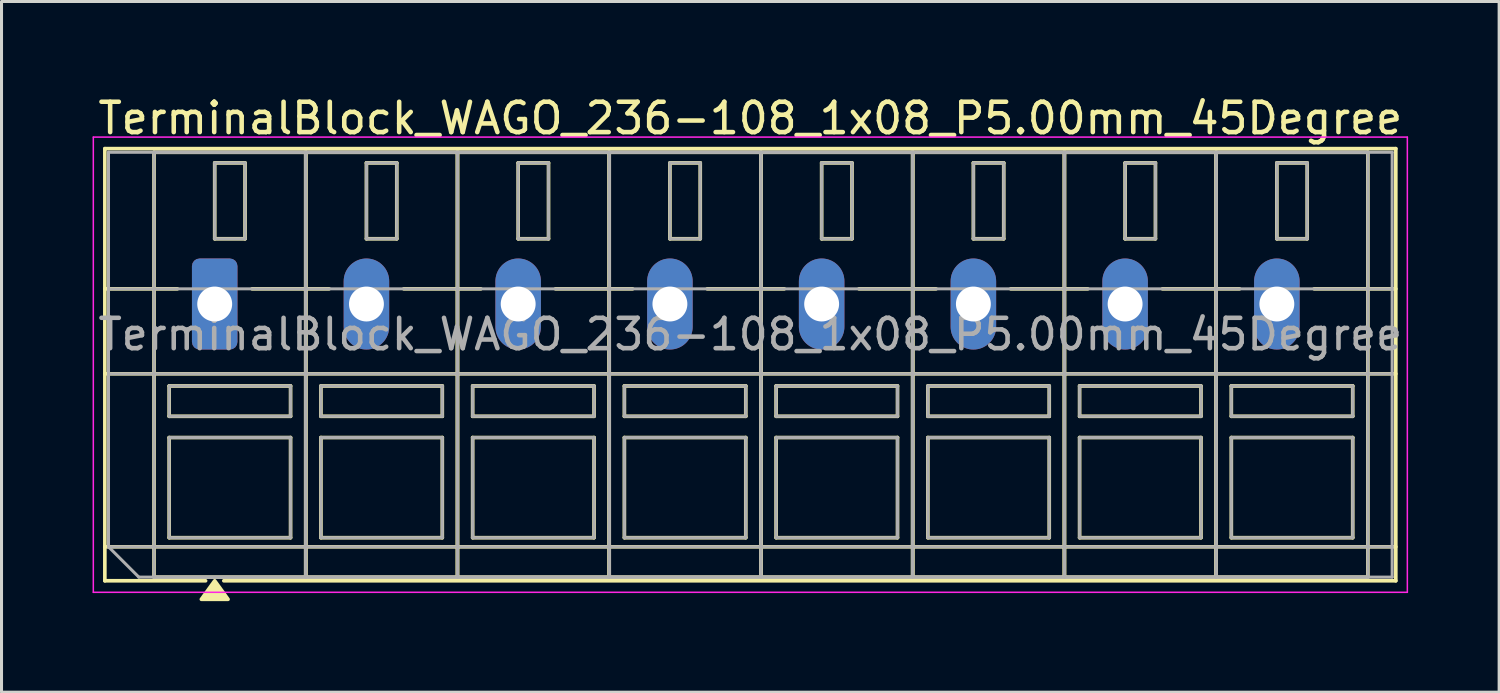
<source format=kicad_pcb>
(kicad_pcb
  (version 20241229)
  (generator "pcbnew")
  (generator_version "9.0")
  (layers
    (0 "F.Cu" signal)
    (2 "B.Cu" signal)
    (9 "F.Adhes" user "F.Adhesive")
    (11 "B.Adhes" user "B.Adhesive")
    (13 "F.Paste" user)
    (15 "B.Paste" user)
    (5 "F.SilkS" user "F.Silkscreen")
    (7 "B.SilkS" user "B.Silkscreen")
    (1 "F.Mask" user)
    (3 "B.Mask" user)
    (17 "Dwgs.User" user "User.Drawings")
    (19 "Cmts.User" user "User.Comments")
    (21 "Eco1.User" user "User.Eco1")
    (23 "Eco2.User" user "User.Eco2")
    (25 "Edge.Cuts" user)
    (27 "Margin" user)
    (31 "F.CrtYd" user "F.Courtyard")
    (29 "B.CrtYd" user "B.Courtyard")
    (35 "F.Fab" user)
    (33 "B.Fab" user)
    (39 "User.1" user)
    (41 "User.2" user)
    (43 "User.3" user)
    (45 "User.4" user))
  (footprint "TerminalBlock_WAGO_236-108_1x08_P5.00mm_45Degree"
    (layer "F.Cu")
    (at 4.025 6.968)
    (property "Reference" "TerminalBlock_WAGO_236-108_1x08_P5.00mm_45Degree" (at 17.65 -6.12 0) (layer "F.SilkS") (effects (font (size 1 1) (thickness 0.15))))
    (attr through_hole)
    (fp_line (start -3.62 -5.12) (end -3.62 9.12) (stroke (width 0.12) (type solid)) (layer "F.SilkS"))
    (fp_line (start -3.62 -5.12) (end 38.92 -5.12) (stroke (width 0.12) (type solid)) (layer "F.SilkS"))
    (fp_line (start -3.62 -0.5) (end -1.23 -0.5) (stroke (width 0.12) (type solid)) (layer "F.SilkS"))
    (fp_line (start -3.62 2.3) (end 38.92 2.3) (stroke (width 0.12) (type solid)) (layer "F.SilkS"))
    (fp_line (start -3.62 8) (end 38.92 8) (stroke (width 0.12) (type solid)) (layer "F.SilkS"))
    (fp_line (start -3.62 9.12) (end -0.3 9.12) (stroke (width 0.12) (type solid)) (layer "F.SilkS"))
    (fp_line (start -2 -5) (end -2 9) (stroke (width 0.12) (type solid)) (layer "F.SilkS"))
    (fp_line (start -2 -5) (end 3 -5) (stroke (width 0.12) (type solid)) (layer "F.SilkS"))
    (fp_line (start -2 9) (end 3 9) (stroke (width 0.12) (type solid)) (layer "F.SilkS"))
    (fp_line (start -1.5 2.7) (end -1.5 3.7) (stroke (width 0.12) (type solid)) (layer "F.SilkS"))
    (fp_line (start -1.5 2.7) (end 2.5 2.7) (stroke (width 0.12) (type solid)) (layer "F.SilkS"))
    (fp_line (start -1.5 3.7) (end 2.5 3.7) (stroke (width 0.12) (type solid)) (layer "F.SilkS"))
    (fp_line (start -1.5 4.4) (end -1.5 7.7) (stroke (width 0.12) (type solid)) (layer "F.SilkS"))
    (fp_line (start -1.5 4.4) (end 2.5 4.4) (stroke (width 0.12) (type solid)) (layer "F.SilkS"))
    (fp_line (start -1.5 7.7) (end 2.5 7.7) (stroke (width 0.12) (type solid)) (layer "F.SilkS"))
    (fp_line (start 0 -4.65) (end 0 -2.15) (stroke (width 0.12) (type solid)) (layer "F.SilkS"))
    (fp_line (start 0 -4.65) (end 1 -4.65) (stroke (width 0.12) (type solid)) (layer "F.SilkS"))
    (fp_line (start 0 -2.15) (end 1 -2.15) (stroke (width 0.12) (type solid)) (layer "F.SilkS"))
    (fp_line (start 0.3 9.12) (end 38.92 9.12) (stroke (width 0.12) (type solid)) (layer "F.SilkS"))
    (fp_line (start 1 -4.65) (end 1 -2.15) (stroke (width 0.12) (type solid)) (layer "F.SilkS"))
    (fp_line (start 1.23 -0.5) (end 3.77 -0.5) (stroke (width 0.12) (type solid)) (layer "F.SilkS"))
    (fp_line (start 2.5 2.7) (end 2.5 3.7) (stroke (width 0.12) (type solid)) (layer "F.SilkS"))
    (fp_line (start 2.5 4.4) (end 2.5 7.7) (stroke (width 0.12) (type solid)) (layer "F.SilkS"))
    (fp_line (start 3 -5) (end 3 9) (stroke (width 0.12) (type solid)) (layer "F.SilkS"))
    (fp_line (start 3 -5) (end 3 9) (stroke (width 0.12) (type solid)) (layer "F.SilkS"))
    (fp_line (start 3 -5) (end 8 -5) (stroke (width 0.12) (type solid)) (layer "F.SilkS"))
    (fp_line (start 3 9) (end 8 9) (stroke (width 0.12) (type solid)) (layer "F.SilkS"))
    (fp_line (start 3.5 2.7) (end 3.5 3.7) (stroke (width 0.12) (type solid)) (layer "F.SilkS"))
    (fp_line (start 3.5 2.7) (end 7.5 2.7) (stroke (width 0.12) (type solid)) (layer "F.SilkS"))
    (fp_line (start 3.5 3.7) (end 7.5 3.7) (stroke (width 0.12) (type solid)) (layer "F.SilkS"))
    (fp_line (start 3.5 4.4) (end 3.5 7.7) (stroke (width 0.12) (type solid)) (layer "F.SilkS"))
    (fp_line (start 3.5 4.4) (end 7.5 4.4) (stroke (width 0.12) (type solid)) (layer "F.SilkS"))
    (fp_line (start 3.5 7.7) (end 7.5 7.7) (stroke (width 0.12) (type solid)) (layer "F.SilkS"))
    (fp_line (start 5 -4.65) (end 5 -2.15) (stroke (width 0.12) (type solid)) (layer "F.SilkS"))
    (fp_line (start 5 -4.65) (end 6 -4.65) (stroke (width 0.12) (type solid)) (layer "F.SilkS"))
    (fp_line (start 5 -2.15) (end 6 -2.15) (stroke (width 0.12) (type solid)) (layer "F.SilkS"))
    (fp_line (start 6 -4.65) (end 6 -2.15) (stroke (width 0.12) (type solid)) (layer "F.SilkS"))
    (fp_line (start 6.23 -0.5) (end 8.77 -0.5) (stroke (width 0.12) (type solid)) (layer "F.SilkS"))
    (fp_line (start 7.5 2.7) (end 7.5 3.7) (stroke (width 0.12) (type solid)) (layer "F.SilkS"))
    (fp_line (start 7.5 4.4) (end 7.5 7.7) (stroke (width 0.12) (type solid)) (layer "F.SilkS"))
    (fp_line (start 8 -5) (end 8 9) (stroke (width 0.12) (type solid)) (layer "F.SilkS"))
    (fp_line (start 8 -5) (end 8 9) (stroke (width 0.12) (type solid)) (layer "F.SilkS"))
    (fp_line (start 8 -5) (end 13 -5) (stroke (width 0.12) (type solid)) (layer "F.SilkS"))
    (fp_line (start 8 9) (end 13 9) (stroke (width 0.12) (type solid)) (layer "F.SilkS"))
    (fp_line (start 8.5 2.7) (end 8.5 3.7) (stroke (width 0.12) (type solid)) (layer "F.SilkS"))
    (fp_line (start 8.5 2.7) (end 12.5 2.7) (stroke (width 0.12) (type solid)) (layer "F.SilkS"))
    (fp_line (start 8.5 3.7) (end 12.5 3.7) (stroke (width 0.12) (type solid)) (layer "F.SilkS"))
    (fp_line (start 8.5 4.4) (end 8.5 7.7) (stroke (width 0.12) (type solid)) (layer "F.SilkS"))
    (fp_line (start 8.5 4.4) (end 12.5 4.4) (stroke (width 0.12) (type solid)) (layer "F.SilkS"))
    (fp_line (start 8.5 7.7) (end 12.5 7.7) (stroke (width 0.12) (type solid)) (layer "F.SilkS"))
    (fp_line (start 10 -4.65) (end 10 -2.15) (stroke (width 0.12) (type solid)) (layer "F.SilkS"))
    (fp_line (start 10 -4.65) (end 11 -4.65) (stroke (width 0.12) (type solid)) (layer "F.SilkS"))
    (fp_line (start 10 -2.15) (end 11 -2.15) (stroke (width 0.12) (type solid)) (layer "F.SilkS"))
    (fp_line (start 11 -4.65) (end 11 -2.15) (stroke (width 0.12) (type solid)) (layer "F.SilkS"))
    (fp_line (start 11.23 -0.5) (end 13.77 -0.5) (stroke (width 0.12) (type solid)) (layer "F.SilkS"))
    (fp_line (start 12.5 2.7) (end 12.5 3.7) (stroke (width 0.12) (type solid)) (layer "F.SilkS"))
    (fp_line (start 12.5 4.4) (end 12.5 7.7) (stroke (width 0.12) (type solid)) (layer "F.SilkS"))
    (fp_line (start 13 -5) (end 13 9) (stroke (width 0.12) (type solid)) (layer "F.SilkS"))
    (fp_line (start 13 -5) (end 13 9) (stroke (width 0.12) (type solid)) (layer "F.SilkS"))
    (fp_line (start 13 -5) (end 18 -5) (stroke (width 0.12) (type solid)) (layer "F.SilkS"))
    (fp_line (start 13 9) (end 18 9) (stroke (width 0.12) (type solid)) (layer "F.SilkS"))
    (fp_line (start 13.5 2.7) (end 13.5 3.7) (stroke (width 0.12) (type solid)) (layer "F.SilkS"))
    (fp_line (start 13.5 2.7) (end 17.5 2.7) (stroke (width 0.12) (type solid)) (layer "F.SilkS"))
    (fp_line (start 13.5 3.7) (end 17.5 3.7) (stroke (width 0.12) (type solid)) (layer "F.SilkS"))
    (fp_line (start 13.5 4.4) (end 13.5 7.7) (stroke (width 0.12) (type solid)) (layer "F.SilkS"))
    (fp_line (start 13.5 4.4) (end 17.5 4.4) (stroke (width 0.12) (type solid)) (layer "F.SilkS"))
    (fp_line (start 13.5 7.7) (end 17.5 7.7) (stroke (width 0.12) (type solid)) (layer "F.SilkS"))
    (fp_line (start 15 -4.65) (end 15 -2.15) (stroke (width 0.12) (type solid)) (layer "F.SilkS"))
    (fp_line (start 15 -4.65) (end 16 -4.65) (stroke (width 0.12) (type solid)) (layer "F.SilkS"))
    (fp_line (start 15 -2.15) (end 16 -2.15) (stroke (width 0.12) (type solid)) (layer "F.SilkS"))
    (fp_line (start 16 -4.65) (end 16 -2.15) (stroke (width 0.12) (type solid)) (layer "F.SilkS"))
    (fp_line (start 16.23 -0.5) (end 18.77 -0.5) (stroke (width 0.12) (type solid)) (layer "F.SilkS"))
    (fp_line (start 17.5 2.7) (end 17.5 3.7) (stroke (width 0.12) (type solid)) (layer "F.SilkS"))
    (fp_line (start 17.5 4.4) (end 17.5 7.7) (stroke (width 0.12) (type solid)) (layer "F.SilkS"))
    (fp_line (start 18 -5) (end 18 9) (stroke (width 0.12) (type solid)) (layer "F.SilkS"))
    (fp_line (start 18 -5) (end 18 9) (stroke (width 0.12) (type solid)) (layer "F.SilkS"))
    (fp_line (start 18 -5) (end 23 -5) (stroke (width 0.12) (type solid)) (layer "F.SilkS"))
    (fp_line (start 18 9) (end 23 9) (stroke (width 0.12) (type solid)) (layer "F.SilkS"))
    (fp_line (start 18.5 2.7) (end 18.5 3.7) (stroke (width 0.12) (type solid)) (layer "F.SilkS"))
    (fp_line (start 18.5 2.7) (end 22.5 2.7) (stroke (width 0.12) (type solid)) (layer "F.SilkS"))
    (fp_line (start 18.5 3.7) (end 22.5 3.7) (stroke (width 0.12) (type solid)) (layer "F.SilkS"))
    (fp_line (start 18.5 4.4) (end 18.5 7.7) (stroke (width 0.12) (type solid)) (layer "F.SilkS"))
    (fp_line (start 18.5 4.4) (end 22.5 4.4) (stroke (width 0.12) (type solid)) (layer "F.SilkS"))
    (fp_line (start 18.5 7.7) (end 22.5 7.7) (stroke (width 0.12) (type solid)) (layer "F.SilkS"))
    (fp_line (start 20 -4.65) (end 20 -2.15) (stroke (width 0.12) (type solid)) (layer "F.SilkS"))
    (fp_line (start 20 -4.65) (end 21 -4.65) (stroke (width 0.12) (type solid)) (layer "F.SilkS"))
    (fp_line (start 20 -2.15) (end 21 -2.15) (stroke (width 0.12) (type solid)) (layer "F.SilkS"))
    (fp_line (start 21 -4.65) (end 21 -2.15) (stroke (width 0.12) (type solid)) (layer "F.SilkS"))
    (fp_line (start 21.23 -0.5) (end 23.77 -0.5) (stroke (width 0.12) (type solid)) (layer "F.SilkS"))
    (fp_line (start 22.5 2.7) (end 22.5 3.7) (stroke (width 0.12) (type solid)) (layer "F.SilkS"))
    (fp_line (start 22.5 4.4) (end 22.5 7.7) (stroke (width 0.12) (type solid)) (layer "F.SilkS"))
    (fp_line (start 23 -5) (end 23 9) (stroke (width 0.12) (type solid)) (layer "F.SilkS"))
    (fp_line (start 23 -5) (end 23 9) (stroke (width 0.12) (type solid)) (layer "F.SilkS"))
    (fp_line (start 23 -5) (end 28 -5) (stroke (width 0.12) (type solid)) (layer "F.SilkS"))
    (fp_line (start 23 9) (end 28 9) (stroke (width 0.12) (type solid)) (layer "F.SilkS"))
    (fp_line (start 23.5 2.7) (end 23.5 3.7) (stroke (width 0.12) (type solid)) (layer "F.SilkS"))
    (fp_line (start 23.5 2.7) (end 27.5 2.7) (stroke (width 0.12) (type solid)) (layer "F.SilkS"))
    (fp_line (start 23.5 3.7) (end 27.5 3.7) (stroke (width 0.12) (type solid)) (layer "F.SilkS"))
    (fp_line (start 23.5 4.4) (end 23.5 7.7) (stroke (width 0.12) (type solid)) (layer "F.SilkS"))
    (fp_line (start 23.5 4.4) (end 27.5 4.4) (stroke (width 0.12) (type solid)) (layer "F.SilkS"))
    (fp_line (start 23.5 7.7) (end 27.5 7.7) (stroke (width 0.12) (type solid)) (layer "F.SilkS"))
    (fp_line (start 25 -4.65) (end 25 -2.15) (stroke (width 0.12) (type solid)) (layer "F.SilkS"))
    (fp_line (start 25 -4.65) (end 26 -4.65) (stroke (width 0.12) (type solid)) (layer "F.SilkS"))
    (fp_line (start 25 -2.15) (end 26 -2.15) (stroke (width 0.12) (type solid)) (layer "F.SilkS"))
    (fp_line (start 26 -4.65) (end 26 -2.15) (stroke (width 0.12) (type solid)) (layer "F.SilkS"))
    (fp_line (start 26.23 -0.5) (end 28.77 -0.5) (stroke (width 0.12) (type solid)) (layer "F.SilkS"))
    (fp_line (start 27.5 2.7) (end 27.5 3.7) (stroke (width 0.12) (type solid)) (layer "F.SilkS"))
    (fp_line (start 27.5 4.4) (end 27.5 7.7) (stroke (width 0.12) (type solid)) (layer "F.SilkS"))
    (fp_line (start 28 -5) (end 28 9) (stroke (width 0.12) (type solid)) (layer "F.SilkS"))
    (fp_line (start 28 -5) (end 28 9) (stroke (width 0.12) (type solid)) (layer "F.SilkS"))
    (fp_line (start 28 -5) (end 33 -5) (stroke (width 0.12) (type solid)) (layer "F.SilkS"))
    (fp_line (start 28 9) (end 33 9) (stroke (width 0.12) (type solid)) (layer "F.SilkS"))
    (fp_line (start 28.5 2.7) (end 28.5 3.7) (stroke (width 0.12) (type solid)) (layer "F.SilkS"))
    (fp_line (start 28.5 2.7) (end 32.5 2.7) (stroke (width 0.12) (type solid)) (layer "F.SilkS"))
    (fp_line (start 28.5 3.7) (end 32.5 3.7) (stroke (width 0.12) (type solid)) (layer "F.SilkS"))
    (fp_line (start 28.5 4.4) (end 28.5 7.7) (stroke (width 0.12) (type solid)) (layer "F.SilkS"))
    (fp_line (start 28.5 4.4) (end 32.5 4.4) (stroke (width 0.12) (type solid)) (layer "F.SilkS"))
    (fp_line (start 28.5 7.7) (end 32.5 7.7) (stroke (width 0.12) (type solid)) (layer "F.SilkS"))
    (fp_line (start 30 -4.65) (end 30 -2.15) (stroke (width 0.12) (type solid)) (layer "F.SilkS"))
    (fp_line (start 30 -4.65) (end 31 -4.65) (stroke (width 0.12) (type solid)) (layer "F.SilkS"))
    (fp_line (start 30 -2.15) (end 31 -2.15) (stroke (width 0.12) (type solid)) (layer "F.SilkS"))
    (fp_line (start 31 -4.65) (end 31 -2.15) (stroke (width 0.12) (type solid)) (layer "F.SilkS"))
    (fp_line (start 31.23 -0.5) (end 33.77 -0.5) (stroke (width 0.12) (type solid)) (layer "F.SilkS"))
    (fp_line (start 32.5 2.7) (end 32.5 3.7) (stroke (width 0.12) (type solid)) (layer "F.SilkS"))
    (fp_line (start 32.5 4.4) (end 32.5 7.7) (stroke (width 0.12) (type solid)) (layer "F.SilkS"))
    (fp_line (start 33 -5) (end 33 9) (stroke (width 0.12) (type solid)) (layer "F.SilkS"))
    (fp_line (start 33 -5) (end 33 9) (stroke (width 0.12) (type solid)) (layer "F.SilkS"))
    (fp_line (start 33 -5) (end 38 -5) (stroke (width 0.12) (type solid)) (layer "F.SilkS"))
    (fp_line (start 33 9) (end 38 9) (stroke (width 0.12) (type solid)) (layer "F.SilkS"))
    (fp_line (start 33.5 2.7) (end 33.5 3.7) (stroke (width 0.12) (type solid)) (layer "F.SilkS"))
    (fp_line (start 33.5 2.7) (end 37.5 2.7) (stroke (width 0.12) (type solid)) (layer "F.SilkS"))
    (fp_line (start 33.5 3.7) (end 37.5 3.7) (stroke (width 0.12) (type solid)) (layer "F.SilkS"))
    (fp_line (start 33.5 4.4) (end 33.5 7.7) (stroke (width 0.12) (type solid)) (layer "F.SilkS"))
    (fp_line (start 33.5 4.4) (end 37.5 4.4) (stroke (width 0.12) (type solid)) (layer "F.SilkS"))
    (fp_line (start 33.5 7.7) (end 37.5 7.7) (stroke (width 0.12) (type solid)) (layer "F.SilkS"))
    (fp_line (start 35 -4.65) (end 35 -2.15) (stroke (width 0.12) (type solid)) (layer "F.SilkS"))
    (fp_line (start 35 -4.65) (end 36 -4.65) (stroke (width 0.12) (type solid)) (layer "F.SilkS"))
    (fp_line (start 35 -2.15) (end 36 -2.15) (stroke (width 0.12) (type solid)) (layer "F.SilkS"))
    (fp_line (start 36 -4.65) (end 36 -2.15) (stroke (width 0.12) (type solid)) (layer "F.SilkS"))
    (fp_line (start 36.23 -0.5) (end 38.92 -0.5) (stroke (width 0.12) (type solid)) (layer "F.SilkS"))
    (fp_line (start 37.5 2.7) (end 37.5 3.7) (stroke (width 0.12) (type solid)) (layer "F.SilkS"))
    (fp_line (start 37.5 4.4) (end 37.5 7.7) (stroke (width 0.12) (type solid)) (layer "F.SilkS"))
    (fp_line (start 38 -5) (end 38 9) (stroke (width 0.12) (type solid)) (layer "F.SilkS"))
    (fp_line (start 38.92 -5.12) (end 38.92 9.12) (stroke (width 0.12) (type solid)) (layer "F.SilkS"))
    (fp_poly (pts (xy 0 9.12) (xy 0.44 9.73) (xy -0.44 9.73)) (stroke (width 0.12) (type solid)) (fill yes) (layer "F.SilkS"))
    (fp_line (start -4 -5.5) (end -4 9.5) (stroke (width 0.05) (type solid)) (layer "F.CrtYd"))
    (fp_line (start -4 9.5) (end 39.3 9.5) (stroke (width 0.05) (type solid)) (layer "F.CrtYd"))
    (fp_line (start 39.3 -5.5) (end -4 -5.5) (stroke (width 0.05) (type solid)) (layer "F.CrtYd"))
    (fp_line (start 39.3 9.5) (end 39.3 -5.5) (stroke (width 0.05) (type solid)) (layer "F.CrtYd"))
    (fp_line (start -3.5 -5) (end 38.8 -5) (stroke (width 0.1) (type solid)) (layer "F.Fab"))
    (fp_line (start -3.5 -0.5) (end 38.8 -0.5) (stroke (width 0.1) (type solid)) (layer "F.Fab"))
    (fp_line (start -3.5 2.3) (end 38.8 2.3) (stroke (width 0.1) (type solid)) (layer "F.Fab"))
    (fp_line (start -3.5 8) (end -3.5 -5) (stroke (width 0.1) (type solid)) (layer "F.Fab"))
    (fp_line (start -3.5 8) (end 38.8 8) (stroke (width 0.1) (type solid)) (layer "F.Fab"))
    (fp_line (start -2.5 9) (end -3.5 8) (stroke (width 0.1) (type solid)) (layer "F.Fab"))
    (fp_line (start -2 -5) (end -2 9) (stroke (width 0.1) (type solid)) (layer "F.Fab"))
    (fp_line (start -2 9) (end 3 9) (stroke (width 0.1) (type solid)) (layer "F.Fab"))
    (fp_line (start -1.5 2.7) (end -1.5 3.7) (stroke (width 0.1) (type solid)) (layer "F.Fab"))
    (fp_line (start -1.5 3.7) (end 2.5 3.7) (stroke (width 0.1) (type solid)) (layer "F.Fab"))
    (fp_line (start -1.5 4.4) (end -1.5 7.7) (stroke (width 0.1) (type solid)) (layer "F.Fab"))
    (fp_line (start -1.5 7.7) (end 2.5 7.7) (stroke (width 0.1) (type solid)) (layer "F.Fab"))
    (fp_line (start 0 -4.65) (end 0 -2.15) (stroke (width 0.1) (type solid)) (layer "F.Fab"))
    (fp_line (start 0 -2.15) (end 1 -2.15) (stroke (width 0.1) (type solid)) (layer "F.Fab"))
    (fp_line (start 1 -4.65) (end 0 -4.65) (stroke (width 0.1) (type solid)) (layer "F.Fab"))
    (fp_line (start 1 -2.15) (end 1 -4.65) (stroke (width 0.1) (type solid)) (layer "F.Fab"))
    (fp_line (start 2.5 2.7) (end -1.5 2.7) (stroke (width 0.1) (type solid)) (layer "F.Fab"))
    (fp_line (start 2.5 3.7) (end 2.5 2.7) (stroke (width 0.1) (type solid)) (layer "F.Fab"))
    (fp_line (start 2.5 4.4) (end -1.5 4.4) (stroke (width 0.1) (type solid)) (layer "F.Fab"))
    (fp_line (start 2.5 7.7) (end 2.5 4.4) (stroke (width 0.1) (type solid)) (layer "F.Fab"))
    (fp_line (start 3 -5) (end -2 -5) (stroke (width 0.1) (type solid)) (layer "F.Fab"))
    (fp_line (start 3 -5) (end 3 9) (stroke (width 0.1) (type solid)) (layer "F.Fab"))
    (fp_line (start 3 9) (end 3 -5) (stroke (width 0.1) (type solid)) (layer "F.Fab"))
    (fp_line (start 3 9) (end 8 9) (stroke (width 0.1) (type solid)) (layer "F.Fab"))
    (fp_line (start 3.5 2.7) (end 3.5 3.7) (stroke (width 0.1) (type solid)) (layer "F.Fab"))
    (fp_line (start 3.5 3.7) (end 7.5 3.7) (stroke (width 0.1) (type solid)) (layer "F.Fab"))
    (fp_line (start 3.5 4.4) (end 3.5 7.7) (stroke (width 0.1) (type solid)) (layer "F.Fab"))
    (fp_line (start 3.5 7.7) (end 7.5 7.7) (stroke (width 0.1) (type solid)) (layer "F.Fab"))
    (fp_line (start 5 -4.65) (end 5 -2.15) (stroke (width 0.1) (type solid)) (layer "F.Fab"))
    (fp_line (start 5 -2.15) (end 6 -2.15) (stroke (width 0.1) (type solid)) (layer "F.Fab"))
    (fp_line (start 6 -4.65) (end 5 -4.65) (stroke (width 0.1) (type solid)) (layer "F.Fab"))
    (fp_line (start 6 -2.15) (end 6 -4.65) (stroke (width 0.1) (type solid)) (layer "F.Fab"))
    (fp_line (start 7.5 2.7) (end 3.5 2.7) (stroke (width 0.1) (type solid)) (layer "F.Fab"))
    (fp_line (start 7.5 3.7) (end 7.5 2.7) (stroke (width 0.1) (type solid)) (layer "F.Fab"))
    (fp_line (start 7.5 4.4) (end 3.5 4.4) (stroke (width 0.1) (type solid)) (layer "F.Fab"))
    (fp_line (start 7.5 7.7) (end 7.5 4.4) (stroke (width 0.1) (type solid)) (layer "F.Fab"))
    (fp_line (start 8 -5) (end 3 -5) (stroke (width 0.1) (type solid)) (layer "F.Fab"))
    (fp_line (start 8 -5) (end 8 9) (stroke (width 0.1) (type solid)) (layer "F.Fab"))
    (fp_line (start 8 9) (end 8 -5) (stroke (width 0.1) (type solid)) (layer "F.Fab"))
    (fp_line (start 8 9) (end 13 9) (stroke (width 0.1) (type solid)) (layer "F.Fab"))
    (fp_line (start 8.5 2.7) (end 8.5 3.7) (stroke (width 0.1) (type solid)) (layer "F.Fab"))
    (fp_line (start 8.5 3.7) (end 12.5 3.7) (stroke (width 0.1) (type solid)) (layer "F.Fab"))
    (fp_line (start 8.5 4.4) (end 8.5 7.7) (stroke (width 0.1) (type solid)) (layer "F.Fab"))
    (fp_line (start 8.5 7.7) (end 12.5 7.7) (stroke (width 0.1) (type solid)) (layer "F.Fab"))
    (fp_line (start 10 -4.65) (end 10 -2.15) (stroke (width 0.1) (type solid)) (layer "F.Fab"))
    (fp_line (start 10 -2.15) (end 11 -2.15) (stroke (width 0.1) (type solid)) (layer "F.Fab"))
    (fp_line (start 11 -4.65) (end 10 -4.65) (stroke (width 0.1) (type solid)) (layer "F.Fab"))
    (fp_line (start 11 -2.15) (end 11 -4.65) (stroke (width 0.1) (type solid)) (layer "F.Fab"))
    (fp_line (start 12.5 2.7) (end 8.5 2.7) (stroke (width 0.1) (type solid)) (layer "F.Fab"))
    (fp_line (start 12.5 3.7) (end 12.5 2.7) (stroke (width 0.1) (type solid)) (layer "F.Fab"))
    (fp_line (start 12.5 4.4) (end 8.5 4.4) (stroke (width 0.1) (type solid)) (layer "F.Fab"))
    (fp_line (start 12.5 7.7) (end 12.5 4.4) (stroke (width 0.1) (type solid)) (layer "F.Fab"))
    (fp_line (start 13 -5) (end 8 -5) (stroke (width 0.1) (type solid)) (layer "F.Fab"))
    (fp_line (start 13 -5) (end 13 9) (stroke (width 0.1) (type solid)) (layer "F.Fab"))
    (fp_line (start 13 9) (end 13 -5) (stroke (width 0.1) (type solid)) (layer "F.Fab"))
    (fp_line (start 13 9) (end 18 9) (stroke (width 0.1) (type solid)) (layer "F.Fab"))
    (fp_line (start 13.5 2.7) (end 13.5 3.7) (stroke (width 0.1) (type solid)) (layer "F.Fab"))
    (fp_line (start 13.5 3.7) (end 17.5 3.7) (stroke (width 0.1) (type solid)) (layer "F.Fab"))
    (fp_line (start 13.5 4.4) (end 13.5 7.7) (stroke (width 0.1) (type solid)) (layer "F.Fab"))
    (fp_line (start 13.5 7.7) (end 17.5 7.7) (stroke (width 0.1) (type solid)) (layer "F.Fab"))
    (fp_line (start 15 -4.65) (end 15 -2.15) (stroke (width 0.1) (type solid)) (layer "F.Fab"))
    (fp_line (start 15 -2.15) (end 16 -2.15) (stroke (width 0.1) (type solid)) (layer "F.Fab"))
    (fp_line (start 16 -4.65) (end 15 -4.65) (stroke (width 0.1) (type solid)) (layer "F.Fab"))
    (fp_line (start 16 -2.15) (end 16 -4.65) (stroke (width 0.1) (type solid)) (layer "F.Fab"))
    (fp_line (start 17.5 2.7) (end 13.5 2.7) (stroke (width 0.1) (type solid)) (layer "F.Fab"))
    (fp_line (start 17.5 3.7) (end 17.5 2.7) (stroke (width 0.1) (type solid)) (layer "F.Fab"))
    (fp_line (start 17.5 4.4) (end 13.5 4.4) (stroke (width 0.1) (type solid)) (layer "F.Fab"))
    (fp_line (start 17.5 7.7) (end 17.5 4.4) (stroke (width 0.1) (type solid)) (layer "F.Fab"))
    (fp_line (start 18 -5) (end 13 -5) (stroke (width 0.1) (type solid)) (layer "F.Fab"))
    (fp_line (start 18 -5) (end 18 9) (stroke (width 0.1) (type solid)) (layer "F.Fab"))
    (fp_line (start 18 9) (end 18 -5) (stroke (width 0.1) (type solid)) (layer "F.Fab"))
    (fp_line (start 18 9) (end 23 9) (stroke (width 0.1) (type solid)) (layer "F.Fab"))
    (fp_line (start 18.5 2.7) (end 18.5 3.7) (stroke (width 0.1) (type solid)) (layer "F.Fab"))
    (fp_line (start 18.5 3.7) (end 22.5 3.7) (stroke (width 0.1) (type solid)) (layer "F.Fab"))
    (fp_line (start 18.5 4.4) (end 18.5 7.7) (stroke (width 0.1) (type solid)) (layer "F.Fab"))
    (fp_line (start 18.5 7.7) (end 22.5 7.7) (stroke (width 0.1) (type solid)) (layer "F.Fab"))
    (fp_line (start 20 -4.65) (end 20 -2.15) (stroke (width 0.1) (type solid)) (layer "F.Fab"))
    (fp_line (start 20 -2.15) (end 21 -2.15) (stroke (width 0.1) (type solid)) (layer "F.Fab"))
    (fp_line (start 21 -4.65) (end 20 -4.65) (stroke (width 0.1) (type solid)) (layer "F.Fab"))
    (fp_line (start 21 -2.15) (end 21 -4.65) (stroke (width 0.1) (type solid)) (layer "F.Fab"))
    (fp_line (start 22.5 2.7) (end 18.5 2.7) (stroke (width 0.1) (type solid)) (layer "F.Fab"))
    (fp_line (start 22.5 3.7) (end 22.5 2.7) (stroke (width 0.1) (type solid)) (layer "F.Fab"))
    (fp_line (start 22.5 4.4) (end 18.5 4.4) (stroke (width 0.1) (type solid)) (layer "F.Fab"))
    (fp_line (start 22.5 7.7) (end 22.5 4.4) (stroke (width 0.1) (type solid)) (layer "F.Fab"))
    (fp_line (start 23 -5) (end 18 -5) (stroke (width 0.1) (type solid)) (layer "F.Fab"))
    (fp_line (start 23 -5) (end 23 9) (stroke (width 0.1) (type solid)) (layer "F.Fab"))
    (fp_line (start 23 9) (end 23 -5) (stroke (width 0.1) (type solid)) (layer "F.Fab"))
    (fp_line (start 23 9) (end 28 9) (stroke (width 0.1) (type solid)) (layer "F.Fab"))
    (fp_line (start 23.5 2.7) (end 23.5 3.7) (stroke (width 0.1) (type solid)) (layer "F.Fab"))
    (fp_line (start 23.5 3.7) (end 27.5 3.7) (stroke (width 0.1) (type solid)) (layer "F.Fab"))
    (fp_line (start 23.5 4.4) (end 23.5 7.7) (stroke (width 0.1) (type solid)) (layer "F.Fab"))
    (fp_line (start 23.5 7.7) (end 27.5 7.7) (stroke (width 0.1) (type solid)) (layer "F.Fab"))
    (fp_line (start 25 -4.65) (end 25 -2.15) (stroke (width 0.1) (type solid)) (layer "F.Fab"))
    (fp_line (start 25 -2.15) (end 26 -2.15) (stroke (width 0.1) (type solid)) (layer "F.Fab"))
    (fp_line (start 26 -4.65) (end 25 -4.65) (stroke (width 0.1) (type solid)) (layer "F.Fab"))
    (fp_line (start 26 -2.15) (end 26 -4.65) (stroke (width 0.1) (type solid)) (layer "F.Fab"))
    (fp_line (start 27.5 2.7) (end 23.5 2.7) (stroke (width 0.1) (type solid)) (layer "F.Fab"))
    (fp_line (start 27.5 3.7) (end 27.5 2.7) (stroke (width 0.1) (type solid)) (layer "F.Fab"))
    (fp_line (start 27.5 4.4) (end 23.5 4.4) (stroke (width 0.1) (type solid)) (layer "F.Fab"))
    (fp_line (start 27.5 7.7) (end 27.5 4.4) (stroke (width 0.1) (type solid)) (layer "F.Fab"))
    (fp_line (start 28 -5) (end 23 -5) (stroke (width 0.1) (type solid)) (layer "F.Fab"))
    (fp_line (start 28 -5) (end 28 9) (stroke (width 0.1) (type solid)) (layer "F.Fab"))
    (fp_line (start 28 9) (end 28 -5) (stroke (width 0.1) (type solid)) (layer "F.Fab"))
    (fp_line (start 28 9) (end 33 9) (stroke (width 0.1) (type solid)) (layer "F.Fab"))
    (fp_line (start 28.5 2.7) (end 28.5 3.7) (stroke (width 0.1) (type solid)) (layer "F.Fab"))
    (fp_line (start 28.5 3.7) (end 32.5 3.7) (stroke (width 0.1) (type solid)) (layer "F.Fab"))
    (fp_line (start 28.5 4.4) (end 28.5 7.7) (stroke (width 0.1) (type solid)) (layer "F.Fab"))
    (fp_line (start 28.5 7.7) (end 32.5 7.7) (stroke (width 0.1) (type solid)) (layer "F.Fab"))
    (fp_line (start 30 -4.65) (end 30 -2.15) (stroke (width 0.1) (type solid)) (layer "F.Fab"))
    (fp_line (start 30 -2.15) (end 31 -2.15) (stroke (width 0.1) (type solid)) (layer "F.Fab"))
    (fp_line (start 31 -4.65) (end 30 -4.65) (stroke (width 0.1) (type solid)) (layer "F.Fab"))
    (fp_line (start 31 -2.15) (end 31 -4.65) (stroke (width 0.1) (type solid)) (layer "F.Fab"))
    (fp_line (start 32.5 2.7) (end 28.5 2.7) (stroke (width 0.1) (type solid)) (layer "F.Fab"))
    (fp_line (start 32.5 3.7) (end 32.5 2.7) (stroke (width 0.1) (type solid)) (layer "F.Fab"))
    (fp_line (start 32.5 4.4) (end 28.5 4.4) (stroke (width 0.1) (type solid)) (layer "F.Fab"))
    (fp_line (start 32.5 7.7) (end 32.5 4.4) (stroke (width 0.1) (type solid)) (layer "F.Fab"))
    (fp_line (start 33 -5) (end 28 -5) (stroke (width 0.1) (type solid)) (layer "F.Fab"))
    (fp_line (start 33 -5) (end 33 9) (stroke (width 0.1) (type solid)) (layer "F.Fab"))
    (fp_line (start 33 9) (end 33 -5) (stroke (width 0.1) (type solid)) (layer "F.Fab"))
    (fp_line (start 33 9) (end 38 9) (stroke (width 0.1) (type solid)) (layer "F.Fab"))
    (fp_line (start 33.5 2.7) (end 33.5 3.7) (stroke (width 0.1) (type solid)) (layer "F.Fab"))
    (fp_line (start 33.5 3.7) (end 37.5 3.7) (stroke (width 0.1) (type solid)) (layer "F.Fab"))
    (fp_line (start 33.5 4.4) (end 33.5 7.7) (stroke (width 0.1) (type solid)) (layer "F.Fab"))
    (fp_line (start 33.5 7.7) (end 37.5 7.7) (stroke (width 0.1) (type solid)) (layer "F.Fab"))
    (fp_line (start 35 -4.65) (end 35 -2.15) (stroke (width 0.1) (type solid)) (layer "F.Fab"))
    (fp_line (start 35 -2.15) (end 36 -2.15) (stroke (width 0.1) (type solid)) (layer "F.Fab"))
    (fp_line (start 36 -4.65) (end 35 -4.65) (stroke (width 0.1) (type solid)) (layer "F.Fab"))
    (fp_line (start 36 -2.15) (end 36 -4.65) (stroke (width 0.1) (type solid)) (layer "F.Fab"))
    (fp_line (start 37.5 2.7) (end 33.5 2.7) (stroke (width 0.1) (type solid)) (layer "F.Fab"))
    (fp_line (start 37.5 3.7) (end 37.5 2.7) (stroke (width 0.1) (type solid)) (layer "F.Fab"))
    (fp_line (start 37.5 4.4) (end 33.5 4.4) (stroke (width 0.1) (type solid)) (layer "F.Fab"))
    (fp_line (start 37.5 7.7) (end 37.5 4.4) (stroke (width 0.1) (type solid)) (layer "F.Fab"))
    (fp_line (start 38 -5) (end 33 -5) (stroke (width 0.1) (type solid)) (layer "F.Fab"))
    (fp_line (start 38 9) (end 38 -5) (stroke (width 0.1) (type solid)) (layer "F.Fab"))
    (fp_line (start 38.8 -5) (end 38.8 9) (stroke (width 0.1) (type solid)) (layer "F.Fab"))
    (fp_line (start 38.8 9) (end -2.5 9) (stroke (width 0.1) (type solid)) (layer "F.Fab"))
    (fp_text user "${REFERENCE}" (at 17.65 1 0) (layer "F.Fab") (effects (font (size 1 1) (thickness 0.15))))
    (pad "1" thru_hole roundrect (at 0 0) (size 1.5 3) (drill 1.15) (layers "*.Cu" "*.Mask") (roundrect_rratio 0.167))
    (pad "2" thru_hole oval (at 5 0) (size 1.5 3) (drill 1.15) (layers "*.Cu" "*.Mask"))
    (pad "3" thru_hole oval (at 10 0) (size 1.5 3) (drill 1.15) (layers "*.Cu" "*.Mask"))
    (pad "4" thru_hole oval (at 15 0) (size 1.5 3) (drill 1.15) (layers "*.Cu" "*.Mask"))
    (pad "5" thru_hole oval (at 20 0) (size 1.5 3) (drill 1.15) (layers "*.Cu" "*.Mask"))
    (pad "6" thru_hole oval (at 25 0) (size 1.5 3) (drill 1.15) (layers "*.Cu" "*.Mask"))
    (pad "7" thru_hole oval (at 30 0) (size 1.5 3) (drill 1.15) (layers "*.Cu" "*.Mask"))
    (pad "8" thru_hole oval (at 35 0) (size 1.5 3) (drill 1.15) (layers "*.Cu" "*.Mask")))
  (gr_rect
    (start -3 -3)
    (end 46.35 19.758)
    (stroke (width 0.1) (type default))
    (fill no)
    (layer "Edge.Cuts")))
</source>
